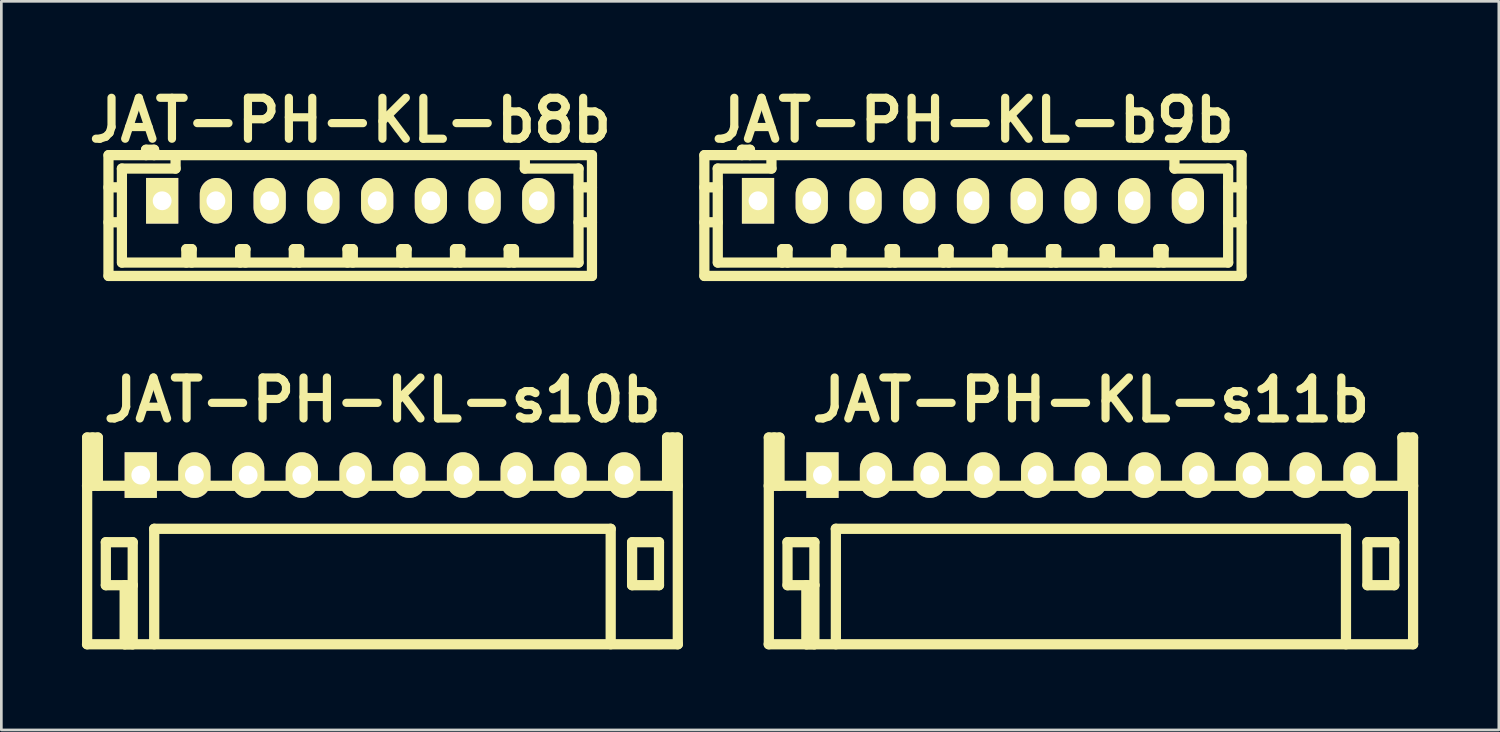
<source format=kicad_pcb>
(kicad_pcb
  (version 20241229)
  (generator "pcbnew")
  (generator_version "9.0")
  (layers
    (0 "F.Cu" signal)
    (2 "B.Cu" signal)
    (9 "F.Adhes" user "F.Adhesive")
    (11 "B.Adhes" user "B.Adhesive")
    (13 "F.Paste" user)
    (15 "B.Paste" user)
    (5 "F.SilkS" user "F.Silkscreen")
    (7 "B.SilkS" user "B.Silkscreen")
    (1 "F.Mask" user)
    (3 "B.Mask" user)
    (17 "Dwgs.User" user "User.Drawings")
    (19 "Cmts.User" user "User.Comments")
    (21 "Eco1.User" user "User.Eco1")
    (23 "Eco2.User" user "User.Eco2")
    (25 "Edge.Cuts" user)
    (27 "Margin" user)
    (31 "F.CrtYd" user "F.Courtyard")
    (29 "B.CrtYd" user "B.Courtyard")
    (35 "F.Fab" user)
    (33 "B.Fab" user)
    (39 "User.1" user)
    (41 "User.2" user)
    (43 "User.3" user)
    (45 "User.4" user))
  (footprint "JAT-PH-KL-b9b"
    (layer "F.Cu")
    (at 33.182 4.426)
    (property "Reference" "JAT-PH-KL-b9b" (at 0 -3 0) (layer "F.SilkS") (effects (font (size 1.524 1.524) (thickness 0.305))))
    (attr through_hole)
    (fp_line (start -10.005 -1.699) (end -10.005 2.799) (stroke (width 0.381) (type solid)) (layer "F.SilkS"))
    (fp_line (start -9.505 -1.199) (end -9.505 2.301) (stroke (width 0.381) (type solid)) (layer "F.SilkS"))
    (fp_line (start -9.505 -0.5) (end -10.005 -0.5) (stroke (width 0.381) (type solid)) (layer "F.SilkS"))
    (fp_line (start -9.505 0.8) (end -10.005 0.8) (stroke (width 0.381) (type solid)) (layer "F.SilkS"))
    (fp_line (start -9.5 2.301) (end 9.5 2.301) (stroke (width 0.381) (type solid)) (layer "F.SilkS"))
    (fp_line (start -8.606 -1.9) (end -8.606 -1.699) (stroke (width 0.381) (type solid)) (layer "F.SilkS"))
    (fp_line (start -8.306 -1.9) (end -8.606 -1.9) (stroke (width 0.381) (type solid)) (layer "F.SilkS"))
    (fp_line (start -8.306 -1.699) (end -8.306 -1.9) (stroke (width 0.381) (type solid)) (layer "F.SilkS"))
    (fp_line (start -7.506 -1.699) (end -7.506 -1.199) (stroke (width 0.381) (type solid)) (layer "F.SilkS"))
    (fp_line (start -7.506 -1.199) (end -9.505 -1.199) (stroke (width 0.381) (type solid)) (layer "F.SilkS"))
    (fp_line (start -7.104 1.801) (end -6.906 1.801) (stroke (width 0.381) (type solid)) (layer "F.SilkS"))
    (fp_line (start -7.104 2.301) (end -7.104 1.801) (stroke (width 0.381) (type solid)) (layer "F.SilkS"))
    (fp_line (start -6.906 1.801) (end -6.906 2.301) (stroke (width 0.381) (type solid)) (layer "F.SilkS"))
    (fp_line (start -5.103 1.801) (end -4.905 1.801) (stroke (width 0.381) (type solid)) (layer "F.SilkS"))
    (fp_line (start -5.103 2.301) (end -5.103 1.801) (stroke (width 0.381) (type solid)) (layer "F.SilkS"))
    (fp_line (start -4.905 1.801) (end -4.905 2.301) (stroke (width 0.381) (type solid)) (layer "F.SilkS"))
    (fp_line (start -3.104 1.801) (end -2.906 1.801) (stroke (width 0.381) (type solid)) (layer "F.SilkS"))
    (fp_line (start -3.104 2.301) (end -3.104 1.801) (stroke (width 0.381) (type solid)) (layer "F.SilkS"))
    (fp_line (start -2.906 1.801) (end -2.906 2.301) (stroke (width 0.381) (type solid)) (layer "F.SilkS"))
    (fp_line (start -1.105 1.801) (end -0.907 1.801) (stroke (width 0.381) (type solid)) (layer "F.SilkS"))
    (fp_line (start -1.105 2.301) (end -1.105 1.801) (stroke (width 0.381) (type solid)) (layer "F.SilkS"))
    (fp_line (start -0.907 1.801) (end -0.907 2.301) (stroke (width 0.381) (type solid)) (layer "F.SilkS"))
    (fp_line (start 0.902 1.801) (end 1.1 1.801) (stroke (width 0.381) (type solid)) (layer "F.SilkS"))
    (fp_line (start 0.902 2.301) (end 0.902 1.801) (stroke (width 0.381) (type solid)) (layer "F.SilkS"))
    (fp_line (start 1.1 1.801) (end 1.1 2.301) (stroke (width 0.381) (type solid)) (layer "F.SilkS"))
    (fp_line (start 2.901 1.801) (end 3.099 1.801) (stroke (width 0.381) (type solid)) (layer "F.SilkS"))
    (fp_line (start 2.901 2.301) (end 2.901 1.801) (stroke (width 0.381) (type solid)) (layer "F.SilkS"))
    (fp_line (start 3.099 1.801) (end 3.099 2.301) (stroke (width 0.381) (type solid)) (layer "F.SilkS"))
    (fp_line (start 4.9 1.801) (end 5.098 1.801) (stroke (width 0.381) (type solid)) (layer "F.SilkS"))
    (fp_line (start 4.9 2.301) (end 4.9 1.801) (stroke (width 0.381) (type solid)) (layer "F.SilkS"))
    (fp_line (start 5.098 1.801) (end 5.098 2.301) (stroke (width 0.381) (type solid)) (layer "F.SilkS"))
    (fp_line (start 6.899 1.801) (end 7.097 1.801) (stroke (width 0.381) (type solid)) (layer "F.SilkS"))
    (fp_line (start 6.899 2.301) (end 6.899 1.801) (stroke (width 0.381) (type solid)) (layer "F.SilkS"))
    (fp_line (start 7.097 1.801) (end 7.097 2.301) (stroke (width 0.381) (type solid)) (layer "F.SilkS"))
    (fp_line (start 7.501 -1.199) (end 7.501 -1.699) (stroke (width 0.381) (type solid)) (layer "F.SilkS"))
    (fp_line (start 9.5 -1.199) (end 7.501 -1.199) (stroke (width 0.381) (type solid)) (layer "F.SilkS"))
    (fp_line (start 9.5 0.8) (end 10 0.8) (stroke (width 0.381) (type solid)) (layer "F.SilkS"))
    (fp_line (start 9.5 2.301) (end 9.5 -1.199) (stroke (width 0.381) (type solid)) (layer "F.SilkS"))
    (fp_line (start 10 -1.699) (end -10 -1.699) (stroke (width 0.381) (type solid)) (layer "F.SilkS"))
    (fp_line (start 10 -1.699) (end 10 2.799) (stroke (width 0.381) (type solid)) (layer "F.SilkS"))
    (fp_line (start 10 -0.5) (end 9.5 -0.5) (stroke (width 0.381) (type solid)) (layer "F.SilkS"))
    (fp_line (start 10 2.799) (end -10 2.799) (stroke (width 0.381) (type solid)) (layer "F.SilkS"))
    (pad "1" thru_hole rect (at -8.006 0) (size 1.199 1.699) (drill 0.701) (layers "*.Cu" "*.Mask" "F.SilkS"))
    (pad "2" thru_hole oval (at -6.005 0) (size 1.199 1.699) (drill 0.701) (layers "*.Cu" "*.Mask" "F.SilkS"))
    (pad "3" thru_hole oval (at -4.003 0) (size 1.199 1.699) (drill 0.701) (layers "*.Cu" "*.Mask" "F.SilkS"))
    (pad "4" thru_hole oval (at -2.004 0) (size 1.199 1.699) (drill 0.701) (layers "*.Cu" "*.Mask" "F.SilkS"))
    (pad "5" thru_hole oval (at 0 0) (size 1.199 1.699) (drill 0.701) (layers "*.Cu" "*.Mask" "F.SilkS"))
    (pad "6" thru_hole oval (at 2.002 0) (size 1.199 1.699) (drill 0.701) (layers "*.Cu" "*.Mask" "F.SilkS"))
    (pad "7" thru_hole oval (at 4 0) (size 1.199 1.699) (drill 0.701) (layers "*.Cu" "*.Mask" "F.SilkS"))
    (pad "8" thru_hole oval (at 5.999 0) (size 1.199 1.699) (drill 0.701) (layers "*.Cu" "*.Mask" "F.SilkS"))
    (pad "9" thru_hole oval (at 8.001 0) (size 1.199 1.699) (drill 0.701) (layers "*.Cu" "*.Mask" "F.SilkS")))
  (footprint "JAT-PH-KL-b8b"
    (layer "F.Cu")
    (at 9.993 4.426)
    (property "Reference" "JAT-PH-KL-b8b" (at 0 -3 0) (layer "F.SilkS") (effects (font (size 1.524 1.524) (thickness 0.305))))
    (attr through_hole)
    (fp_line (start -9.004 -1.699) (end -9.004 2.799) (stroke (width 0.381) (type solid)) (layer "F.SilkS"))
    (fp_line (start -8.999 -1.699) (end 8.999 -1.699) (stroke (width 0.381) (type solid)) (layer "F.SilkS"))
    (fp_line (start -8.999 2.799) (end 8.999 2.799) (stroke (width 0.381) (type solid)) (layer "F.SilkS"))
    (fp_line (start -8.504 -1.199) (end -8.504 2.301) (stroke (width 0.381) (type solid)) (layer "F.SilkS"))
    (fp_line (start -8.504 -0.5) (end -9.004 -0.5) (stroke (width 0.381) (type solid)) (layer "F.SilkS"))
    (fp_line (start -8.504 0.8) (end -9.004 0.8) (stroke (width 0.381) (type solid)) (layer "F.SilkS"))
    (fp_line (start -7.605 -1.9) (end -7.605 -1.699) (stroke (width 0.381) (type solid)) (layer "F.SilkS"))
    (fp_line (start -7.305 -1.9) (end -7.605 -1.9) (stroke (width 0.381) (type solid)) (layer "F.SilkS"))
    (fp_line (start -7.305 -1.699) (end -7.305 -1.9) (stroke (width 0.381) (type solid)) (layer "F.SilkS"))
    (fp_line (start -6.505 -1.699) (end -6.505 -1.199) (stroke (width 0.381) (type solid)) (layer "F.SilkS"))
    (fp_line (start -6.505 -1.199) (end -8.504 -1.199) (stroke (width 0.381) (type solid)) (layer "F.SilkS"))
    (fp_line (start -6.104 1.801) (end -5.905 1.801) (stroke (width 0.381) (type solid)) (layer "F.SilkS"))
    (fp_line (start -6.104 2.301) (end -6.104 1.801) (stroke (width 0.381) (type solid)) (layer "F.SilkS"))
    (fp_line (start -5.905 1.801) (end -5.905 2.301) (stroke (width 0.381) (type solid)) (layer "F.SilkS"))
    (fp_line (start -4.102 1.801) (end -3.904 1.801) (stroke (width 0.381) (type solid)) (layer "F.SilkS"))
    (fp_line (start -4.102 2.301) (end -4.102 1.801) (stroke (width 0.381) (type solid)) (layer "F.SilkS"))
    (fp_line (start -3.904 1.801) (end -3.904 2.301) (stroke (width 0.381) (type solid)) (layer "F.SilkS"))
    (fp_line (start -2.103 1.801) (end -1.905 1.801) (stroke (width 0.381) (type solid)) (layer "F.SilkS"))
    (fp_line (start -2.103 2.301) (end -2.103 1.801) (stroke (width 0.381) (type solid)) (layer "F.SilkS"))
    (fp_line (start -1.905 1.801) (end -1.905 2.301) (stroke (width 0.381) (type solid)) (layer "F.SilkS"))
    (fp_line (start -0.104 1.801) (end 0.094 1.801) (stroke (width 0.381) (type solid)) (layer "F.SilkS"))
    (fp_line (start -0.104 2.301) (end -0.104 1.801) (stroke (width 0.381) (type solid)) (layer "F.SilkS"))
    (fp_line (start 0.094 1.801) (end 0.094 2.301) (stroke (width 0.381) (type solid)) (layer "F.SilkS"))
    (fp_line (start 1.9 1.801) (end 2.098 1.801) (stroke (width 0.381) (type solid)) (layer "F.SilkS"))
    (fp_line (start 1.9 2.301) (end 1.9 1.801) (stroke (width 0.381) (type solid)) (layer "F.SilkS"))
    (fp_line (start 2.098 1.801) (end 2.098 2.301) (stroke (width 0.381) (type solid)) (layer "F.SilkS"))
    (fp_line (start 3.899 1.801) (end 4.097 1.801) (stroke (width 0.381) (type solid)) (layer "F.SilkS"))
    (fp_line (start 3.899 2.301) (end 3.899 1.801) (stroke (width 0.381) (type solid)) (layer "F.SilkS"))
    (fp_line (start 4.097 1.801) (end 4.097 2.301) (stroke (width 0.381) (type solid)) (layer "F.SilkS"))
    (fp_line (start 5.898 1.801) (end 6.096 1.801) (stroke (width 0.381) (type solid)) (layer "F.SilkS"))
    (fp_line (start 5.898 2.301) (end 5.898 1.801) (stroke (width 0.381) (type solid)) (layer "F.SilkS"))
    (fp_line (start 6.096 1.801) (end 6.096 2.301) (stroke (width 0.381) (type solid)) (layer "F.SilkS"))
    (fp_line (start 6.5 -1.199) (end 6.5 -1.699) (stroke (width 0.381) (type solid)) (layer "F.SilkS"))
    (fp_line (start 8.499 -1.199) (end 6.5 -1.199) (stroke (width 0.381) (type solid)) (layer "F.SilkS"))
    (fp_line (start 8.499 0.8) (end 8.999 0.8) (stroke (width 0.381) (type solid)) (layer "F.SilkS"))
    (fp_line (start 8.499 2.301) (end -8.499 2.301) (stroke (width 0.381) (type solid)) (layer "F.SilkS"))
    (fp_line (start 8.499 2.301) (end 8.499 -1.199) (stroke (width 0.381) (type solid)) (layer "F.SilkS"))
    (fp_line (start 8.999 -1.699) (end 8.999 2.799) (stroke (width 0.381) (type solid)) (layer "F.SilkS"))
    (fp_line (start 8.999 -0.5) (end 8.499 -0.5) (stroke (width 0.381) (type solid)) (layer "F.SilkS"))
    (pad "1" thru_hole rect (at -7.005 0) (size 1.199 1.699) (drill 0.701) (layers "*.Cu" "*.Mask" "F.SilkS"))
    (pad "2" thru_hole oval (at -5.004 0) (size 1.199 1.699) (drill 0.701) (layers "*.Cu" "*.Mask" "F.SilkS"))
    (pad "3" thru_hole oval (at -3.002 0) (size 1.199 1.699) (drill 0.701) (layers "*.Cu" "*.Mask" "F.SilkS"))
    (pad "4" thru_hole oval (at -1.003 0) (size 1.199 1.699) (drill 0.701) (layers "*.Cu" "*.Mask" "F.SilkS"))
    (pad "5" thru_hole oval (at 1.001 0) (size 1.199 1.699) (drill 0.701) (layers "*.Cu" "*.Mask" "F.SilkS"))
    (pad "6" thru_hole oval (at 3.002 0) (size 1.199 1.699) (drill 0.701) (layers "*.Cu" "*.Mask" "F.SilkS"))
    (pad "7" thru_hole oval (at 5.001 0) (size 1.199 1.699) (drill 0.701) (layers "*.Cu" "*.Mask" "F.SilkS"))
    (pad "8" thru_hole oval (at 7 0) (size 1.199 1.699) (drill 0.701) (layers "*.Cu" "*.Mask" "F.SilkS")))
  (footprint "JAT-PH-KL-s11b"
    (layer "F.Cu")
    (at 37.572 14.641)
    (property "Reference" "JAT-PH-KL-s11b" (at 0 -2.799 0) (layer "F.SilkS") (effects (font (size 1.524 1.524) (thickness 0.305))))
    (attr through_hole)
    (fp_line (start -11.999 6.299) (end 11.999 6.299) (stroke (width 0.381) (type solid)) (layer "F.SilkS"))
    (fp_line (start -11.994 -1.4) (end -11.994 6.299) (stroke (width 0.381) (type solid)) (layer "F.SilkS"))
    (fp_line (start -11.793 -1.4) (end -11.793 0.399) (stroke (width 0.381) (type solid)) (layer "F.SilkS"))
    (fp_line (start -11.595 -1.4) (end -11.994 -1.4) (stroke (width 0.381) (type solid)) (layer "F.SilkS"))
    (fp_line (start -11.595 0.399) (end -11.595 -1.4) (stroke (width 0.381) (type solid)) (layer "F.SilkS"))
    (fp_line (start -11.298 2.499) (end -10.297 2.499) (stroke (width 0.381) (type solid)) (layer "F.SilkS"))
    (fp_line (start -11.298 4.1) (end -11.298 2.499) (stroke (width 0.381) (type solid)) (layer "F.SilkS"))
    (fp_line (start -10.597 6.299) (end -10.597 4.1) (stroke (width 0.381) (type solid)) (layer "F.SilkS"))
    (fp_line (start -10.297 2.499) (end -10.297 4.1) (stroke (width 0.381) (type solid)) (layer "F.SilkS"))
    (fp_line (start -10.297 4.1) (end -11.298 4.1) (stroke (width 0.381) (type solid)) (layer "F.SilkS"))
    (fp_line (start -10.297 4.1) (end -10.297 6.299) (stroke (width 0.381) (type solid)) (layer "F.SilkS"))
    (fp_line (start -10.297 6.299) (end -10.597 6.299) (stroke (width 0.381) (type solid)) (layer "F.SilkS"))
    (fp_line (start -9.5 1.999) (end 9.5 1.999) (stroke (width 0.381) (type solid)) (layer "F.SilkS"))
    (fp_line (start -9.497 1.999) (end -9.497 6.299) (stroke (width 0.381) (type solid)) (layer "F.SilkS"))
    (fp_line (start 9.497 1.999) (end 9.497 6.299) (stroke (width 0.381) (type solid)) (layer "F.SilkS"))
    (fp_line (start 10.295 2.499) (end 11.295 2.499) (stroke (width 0.381) (type solid)) (layer "F.SilkS"))
    (fp_line (start 10.295 4.1) (end 10.295 2.499) (stroke (width 0.381) (type solid)) (layer "F.SilkS"))
    (fp_line (start 11.295 2.499) (end 11.295 4.1) (stroke (width 0.381) (type solid)) (layer "F.SilkS"))
    (fp_line (start 11.295 4.1) (end 10.295 4.1) (stroke (width 0.381) (type solid)) (layer "F.SilkS"))
    (fp_line (start 11.598 -1.4) (end 11.598 0.399) (stroke (width 0.381) (type solid)) (layer "F.SilkS"))
    (fp_line (start 11.796 -1.4) (end 11.796 0.399) (stroke (width 0.381) (type solid)) (layer "F.SilkS"))
    (fp_line (start 11.996 -1.4) (end 11.598 -1.4) (stroke (width 0.381) (type solid)) (layer "F.SilkS"))
    (fp_line (start 11.996 6.299) (end 11.996 -1.4) (stroke (width 0.381) (type solid)) (layer "F.SilkS"))
    (fp_line (start 11.999 0.399) (end -11.999 0.399) (stroke (width 0.381) (type solid)) (layer "F.SilkS"))
    (pad "1" thru_hole rect (at -9.997 0) (size 1.199 1.699) (drill 0.701) (layers "*.Cu" "*.Mask" "F.SilkS"))
    (pad "2" thru_hole oval (at -8.004 0) (size 1.199 1.699) (drill 0.701) (layers "*.Cu" "*.Mask" "F.SilkS"))
    (pad "3" thru_hole oval (at -6.002 0) (size 1.199 1.699) (drill 0.701) (layers "*.Cu" "*.Mask" "F.SilkS"))
    (pad "4" thru_hole oval (at -4.003 0) (size 1.199 1.699) (drill 0.701) (layers "*.Cu" "*.Mask" "F.SilkS"))
    (pad "5" thru_hole oval (at -2.002 0) (size 1.199 1.699) (drill 0.701) (layers "*.Cu" "*.Mask" "F.SilkS"))
    (pad "6" thru_hole oval (at -0.003 0) (size 1.199 1.699) (drill 0.701) (layers "*.Cu" "*.Mask" "F.SilkS"))
    (pad "7" thru_hole oval (at 1.999 0) (size 1.199 1.699) (drill 0.701) (layers "*.Cu" "*.Mask" "F.SilkS"))
    (pad "8" thru_hole oval (at 3.998 0) (size 1.199 1.699) (drill 0.701) (layers "*.Cu" "*.Mask" "F.SilkS"))
    (pad "9" thru_hole oval (at 5.999 0) (size 1.199 1.699) (drill 0.701) (layers "*.Cu" "*.Mask" "F.SilkS"))
    (pad "10" thru_hole oval (at 7.998 0) (size 1.199 1.699) (drill 0.701) (layers "*.Cu" "*.Mask" "F.SilkS"))
    (pad "11" thru_hole oval (at 10 0) (size 1.199 1.699) (drill 0.701) (layers "*.Cu" "*.Mask" "F.SilkS")))
  (footprint "JAT-PH-KL-s10b"
    (layer "F.Cu")
    (at 11.191 14.641)
    (property "Reference" "JAT-PH-KL-s10b" (at 0 -2.799 0) (layer "F.SilkS") (effects (font (size 1.524 1.524) (thickness 0.305))))
    (attr through_hole)
    (fp_line (start -11.001 0.399) (end 11.001 0.399) (stroke (width 0.381) (type solid)) (layer "F.SilkS"))
    (fp_line (start -11.001 6.299) (end 11.001 6.299) (stroke (width 0.381) (type solid)) (layer "F.SilkS"))
    (fp_line (start -10.996 -1.4) (end -10.996 6.299) (stroke (width 0.381) (type solid)) (layer "F.SilkS"))
    (fp_line (start -10.795 -1.4) (end -10.795 0.399) (stroke (width 0.381) (type solid)) (layer "F.SilkS"))
    (fp_line (start -10.597 -1.4) (end -10.996 -1.4) (stroke (width 0.381) (type solid)) (layer "F.SilkS"))
    (fp_line (start -10.597 0.399) (end -10.597 -1.4) (stroke (width 0.381) (type solid)) (layer "F.SilkS"))
    (fp_line (start -10.3 2.499) (end -9.299 2.499) (stroke (width 0.381) (type solid)) (layer "F.SilkS"))
    (fp_line (start -10.3 4.1) (end -10.3 2.499) (stroke (width 0.381) (type solid)) (layer "F.SilkS"))
    (fp_line (start -9.599 6.299) (end -9.599 4.1) (stroke (width 0.381) (type solid)) (layer "F.SilkS"))
    (fp_line (start -9.299 2.499) (end -9.299 4.1) (stroke (width 0.381) (type solid)) (layer "F.SilkS"))
    (fp_line (start -9.299 4.1) (end -10.3 4.1) (stroke (width 0.381) (type solid)) (layer "F.SilkS"))
    (fp_line (start -9.299 4.1) (end -9.299 6.299) (stroke (width 0.381) (type solid)) (layer "F.SilkS"))
    (fp_line (start -9.299 6.299) (end -9.599 6.299) (stroke (width 0.381) (type solid)) (layer "F.SilkS"))
    (fp_line (start -8.499 1.999) (end -8.499 6.299) (stroke (width 0.381) (type solid)) (layer "F.SilkS"))
    (fp_line (start 8.499 1.999) (end -8.499 1.999) (stroke (width 0.381) (type solid)) (layer "F.SilkS"))
    (fp_line (start 8.499 1.999) (end 8.499 6.299) (stroke (width 0.381) (type solid)) (layer "F.SilkS"))
    (fp_line (start 9.296 2.499) (end 10.297 2.499) (stroke (width 0.381) (type solid)) (layer "F.SilkS"))
    (fp_line (start 9.296 4.1) (end 9.296 2.499) (stroke (width 0.381) (type solid)) (layer "F.SilkS"))
    (fp_line (start 10.297 2.499) (end 10.297 4.1) (stroke (width 0.381) (type solid)) (layer "F.SilkS"))
    (fp_line (start 10.297 4.1) (end 9.296 4.1) (stroke (width 0.381) (type solid)) (layer "F.SilkS"))
    (fp_line (start 10.599 -1.4) (end 10.599 0.399) (stroke (width 0.381) (type solid)) (layer "F.SilkS"))
    (fp_line (start 10.798 -1.4) (end 10.798 0.399) (stroke (width 0.381) (type solid)) (layer "F.SilkS"))
    (fp_line (start 10.998 -1.4) (end 10.599 -1.4) (stroke (width 0.381) (type solid)) (layer "F.SilkS"))
    (fp_line (start 10.998 6.299) (end 10.998 -1.4) (stroke (width 0.381) (type solid)) (layer "F.SilkS"))
    (pad "1" thru_hole rect (at -8.999 0) (size 1.199 1.699) (drill 0.701) (layers "*.Cu" "*.Mask" "F.SilkS"))
    (pad "2" thru_hole oval (at -7.003 0) (size 1.199 1.699) (drill 0.701) (layers "*.Cu" "*.Mask" "F.SilkS"))
    (pad "3" thru_hole oval (at -5.001 0) (size 1.199 1.699) (drill 0.701) (layers "*.Cu" "*.Mask" "F.SilkS"))
    (pad "4" thru_hole oval (at -3.002 0) (size 1.199 1.699) (drill 0.701) (layers "*.Cu" "*.Mask" "F.SilkS"))
    (pad "5" thru_hole oval (at -1.001 0) (size 1.199 1.699) (drill 0.701) (layers "*.Cu" "*.Mask" "F.SilkS"))
    (pad "6" thru_hole oval (at 0.998 0) (size 1.199 1.699) (drill 0.701) (layers "*.Cu" "*.Mask" "F.SilkS"))
    (pad "7" thru_hole oval (at 3 0) (size 1.199 1.699) (drill 0.701) (layers "*.Cu" "*.Mask" "F.SilkS"))
    (pad "8" thru_hole oval (at 4.999 0) (size 1.199 1.699) (drill 0.701) (layers "*.Cu" "*.Mask" "F.SilkS"))
    (pad "9" thru_hole oval (at 7 0) (size 1.199 1.699) (drill 0.701) (layers "*.Cu" "*.Mask" "F.SilkS"))
    (pad "10" thru_hole oval (at 8.999 0) (size 1.199 1.699) (drill 0.701) (layers "*.Cu" "*.Mask" "F.SilkS")))
  (gr_rect
    (start -3 -3)
    (end 52.761 24.131)
    (stroke (width 0.1) (type default))
    (fill no)
    (layer "Edge.Cuts")))
</source>
